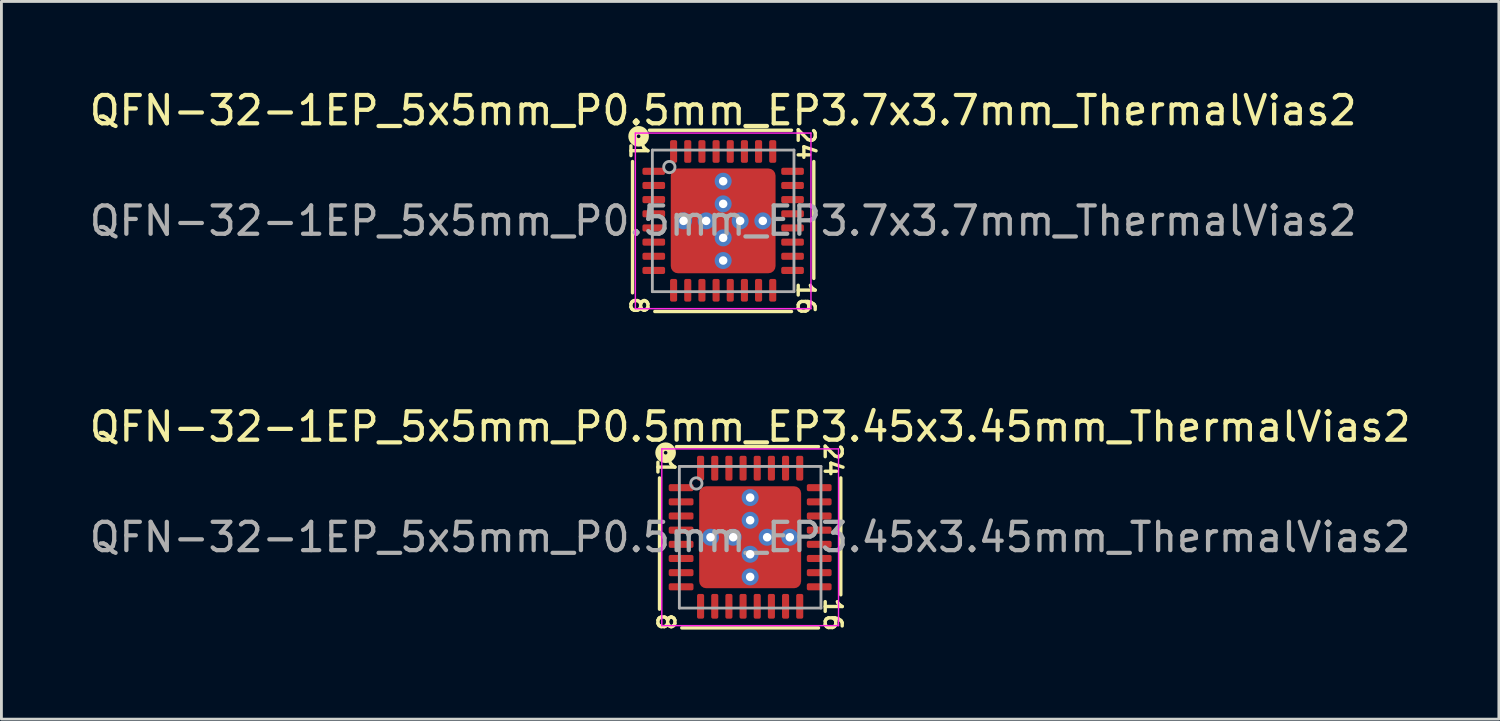
<source format=kicad_pcb>
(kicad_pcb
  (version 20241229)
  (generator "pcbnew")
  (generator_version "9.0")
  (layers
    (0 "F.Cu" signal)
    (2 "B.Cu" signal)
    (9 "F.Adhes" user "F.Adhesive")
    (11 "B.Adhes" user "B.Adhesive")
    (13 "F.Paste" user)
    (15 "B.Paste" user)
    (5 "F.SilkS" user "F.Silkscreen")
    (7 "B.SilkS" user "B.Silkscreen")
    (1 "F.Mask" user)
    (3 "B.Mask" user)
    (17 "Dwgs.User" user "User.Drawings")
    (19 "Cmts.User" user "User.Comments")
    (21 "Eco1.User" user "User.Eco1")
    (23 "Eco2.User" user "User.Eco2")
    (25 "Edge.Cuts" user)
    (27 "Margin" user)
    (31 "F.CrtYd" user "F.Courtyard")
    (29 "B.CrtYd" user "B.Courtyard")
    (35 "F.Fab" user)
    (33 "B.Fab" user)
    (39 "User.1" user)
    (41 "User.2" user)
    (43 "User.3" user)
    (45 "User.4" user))
  (footprint "QFN-32-1EP_5x5mm_P0.5mm_EP3.45x3.45mm_ThermalVias2"
    (layer "F.Cu")
    (at 23.435 15.918)
    (property "Reference" "QFN-32-1EP_5x5mm_P0.5mm_EP3.45x3.45mm_ThermalVias2" (at 0 -3.9 0) (layer "F.SilkS") (effects (font (size 1 1) (thickness 0.15))))
    (attr smd)
    (fp_line (start -3.2 -2.095) (end -3.2 2.54) (stroke (width 0.12) (type solid)) (layer "F.SilkS"))
    (fp_line (start -2.413 3.2) (end 2.413 3.2) (stroke (width 0.12) (type solid)) (layer "F.SilkS"))
    (fp_line (start 2.413 -3.2) (end -2.603 -3.2) (stroke (width 0.12) (type solid)) (layer "F.SilkS"))
    (fp_line (start 3.2 2.032) (end 3.2 -2.095) (stroke (width 0.12) (type solid)) (layer "F.SilkS"))
    (fp_circle (center -2.985 -2.985) (end -2.921 -2.985) (stroke (width 0.3) (type solid)) (fill no) (layer "F.SilkS"))
    (fp_line (start -3.12 -3.12) (end -3.12 3.12) (stroke (width 0.05) (type solid)) (layer "F.CrtYd"))
    (fp_line (start -3.12 3.12) (end 3.12 3.12) (stroke (width 0.05) (type solid)) (layer "F.CrtYd"))
    (fp_line (start 3.12 -3.12) (end -3.12 -3.12) (stroke (width 0.05) (type solid)) (layer "F.CrtYd"))
    (fp_line (start 3.12 3.12) (end 3.12 -3.12) (stroke (width 0.05) (type solid)) (layer "F.CrtYd"))
    (fp_line (start -2.5 -2.5) (end 2.5 -2.5) (stroke (width 0.1) (type solid)) (layer "F.Fab"))
    (fp_line (start -2.5 2.5) (end -2.5 -2.5) (stroke (width 0.1) (type solid)) (layer "F.Fab"))
    (fp_line (start 2.5 -2.5) (end 2.5 2.5) (stroke (width 0.1) (type solid)) (layer "F.Fab"))
    (fp_line (start 2.5 2.5) (end -2.5 2.5) (stroke (width 0.1) (type solid)) (layer "F.Fab"))
    (fp_circle (center -1.9 -1.9) (end -1.7 -1.9) (stroke (width 0.1) (type solid)) (fill no) (layer "F.Fab"))
    (fp_text user "24" (at 2.921 -2.731 270) (unlocked yes) (layer "F.SilkS") (effects (font (size 0.6 0.6) (thickness 0.12))))
    (fp_text user "16" (at 2.921 2.731 270) (unlocked yes) (layer "F.SilkS") (effects (font (size 0.6 0.6) (thickness 0.12))))
    (fp_text user "1" (at -2.985 -2.477 270) (unlocked yes) (layer "F.SilkS") (effects (font (size 0.6 0.6) (thickness 0.12))))
    (fp_text user "8" (at -2.985 2.985 270) (unlocked yes) (layer "F.SilkS") (effects (font (size 0.6 0.6) (thickness 0.12))))
    (fp_text user "${REFERENCE}" (at 0 0 0) (layer "F.Fab") (effects (font (size 1 1) (thickness 0.15))))
    (pad "" smd roundrect (at -1.35 -1.35) (size 0.5 0.5) (layers "F.Paste") (roundrect_rratio 0.25))
    (pad "" smd roundrect (at -1.35 -0.65) (size 0.5 0.5) (layers "F.Paste") (roundrect_rratio 0.25))
    (pad "" smd roundrect (at -1.35 0.65) (size 0.5 0.5) (layers "F.Paste") (roundrect_rratio 0.25))
    (pad "" smd roundrect (at -1.35 1.35) (size 0.5 0.5) (layers "F.Paste") (roundrect_rratio 0.25))
    (pad "" smd roundrect (at -1 -1) (size 1.4 1.4) (layers "F.Mask") (roundrect_rratio 0.179))
    (pad "" smd roundrect (at -1 1) (size 1.4 1.4) (layers "F.Mask") (roundrect_rratio 0.179))
    (pad "" smd roundrect (at -0.65 -1.35) (size 0.5 0.5) (layers "F.Paste") (roundrect_rratio 0.25))
    (pad "" smd roundrect (at -0.65 -0.65) (size 0.5 0.5) (layers "F.Paste") (roundrect_rratio 0.25))
    (pad "" smd roundrect (at -0.65 0.65) (size 0.5 0.5) (layers "F.Paste") (roundrect_rratio 0.25))
    (pad "" smd roundrect (at -0.65 1.35) (size 0.5 0.5) (layers "F.Paste") (roundrect_rratio 0.25))
    (pad "" smd roundrect (at 0.65 -1.35) (size 0.5 0.5) (layers "F.Paste") (roundrect_rratio 0.25))
    (pad "" smd roundrect (at 0.65 -0.65) (size 0.5 0.5) (layers "F.Paste") (roundrect_rratio 0.25))
    (pad "" smd roundrect (at 0.65 0.65) (size 0.5 0.5) (layers "F.Paste") (roundrect_rratio 0.25))
    (pad "" smd roundrect (at 0.65 1.35) (size 0.5 0.5) (layers "F.Paste") (roundrect_rratio 0.25))
    (pad "" smd roundrect (at 1 -1) (size 1.4 1.4) (layers "F.Mask") (roundrect_rratio 0.179))
    (pad "" smd roundrect (at 1 1) (size 1.4 1.4) (layers "F.Mask") (roundrect_rratio 0.179))
    (pad "" smd roundrect (at 1.35 -1.35) (size 0.5 0.5) (layers "F.Paste") (roundrect_rratio 0.25))
    (pad "" smd roundrect (at 1.35 -0.65) (size 0.5 0.5) (layers "F.Paste") (roundrect_rratio 0.25))
    (pad "" smd roundrect (at 1.35 0.65) (size 0.5 0.5) (layers "F.Paste") (roundrect_rratio 0.25))
    (pad "" smd roundrect (at 1.35 1.35) (size 0.5 0.5) (layers "F.Paste") (roundrect_rratio 0.25))
    (pad "1" smd roundrect (at -2.438 -1.75) (size 0.875 0.25) (layers "F.Cu" "F.Mask" "F.Paste") (roundrect_rratio 0.25))
    (pad "2" smd roundrect (at -2.438 -1.25) (size 0.875 0.25) (layers "F.Cu" "F.Mask" "F.Paste") (roundrect_rratio 0.25))
    (pad "3" smd roundrect (at -2.438 -0.75) (size 0.875 0.25) (layers "F.Cu" "F.Mask" "F.Paste") (roundrect_rratio 0.25))
    (pad "4" smd roundrect (at -2.438 -0.25) (size 0.875 0.25) (layers "F.Cu" "F.Mask" "F.Paste") (roundrect_rratio 0.25))
    (pad "5" smd roundrect (at -2.438 0.25) (size 0.875 0.25) (layers "F.Cu" "F.Mask" "F.Paste") (roundrect_rratio 0.25))
    (pad "6" smd roundrect (at -2.438 0.75) (size 0.875 0.25) (layers "F.Cu" "F.Mask" "F.Paste") (roundrect_rratio 0.25))
    (pad "7" smd roundrect (at -2.438 1.25) (size 0.875 0.25) (layers "F.Cu" "F.Mask" "F.Paste") (roundrect_rratio 0.25))
    (pad "8" smd roundrect (at -2.438 1.75) (size 0.875 0.25) (layers "F.Cu" "F.Mask" "F.Paste") (roundrect_rratio 0.25))
    (pad "9" smd roundrect (at -1.75 2.438) (size 0.25 0.875) (layers "F.Cu" "F.Mask" "F.Paste") (roundrect_rratio 0.25))
    (pad "10" smd roundrect (at -1.25 2.438) (size 0.25 0.875) (layers "F.Cu" "F.Mask" "F.Paste") (roundrect_rratio 0.25))
    (pad "11" smd roundrect (at -0.75 2.438) (size 0.25 0.875) (layers "F.Cu" "F.Mask" "F.Paste") (roundrect_rratio 0.25))
    (pad "12" smd roundrect (at -0.25 2.438) (size 0.25 0.875) (layers "F.Cu" "F.Mask" "F.Paste") (roundrect_rratio 0.25))
    (pad "13" smd roundrect (at 0.25 2.438) (size 0.25 0.875) (layers "F.Cu" "F.Mask" "F.Paste") (roundrect_rratio 0.25))
    (pad "14" smd roundrect (at 0.75 2.438) (size 0.25 0.875) (layers "F.Cu" "F.Mask" "F.Paste") (roundrect_rratio 0.25))
    (pad "15" smd roundrect (at 1.25 2.438) (size 0.25 0.875) (layers "F.Cu" "F.Mask" "F.Paste") (roundrect_rratio 0.25))
    (pad "16" smd roundrect (at 1.75 2.438) (size 0.25 0.875) (layers "F.Cu" "F.Mask" "F.Paste") (roundrect_rratio 0.25))
    (pad "17" smd roundrect (at 2.438 1.75) (size 0.875 0.25) (layers "F.Cu" "F.Mask" "F.Paste") (roundrect_rratio 0.25))
    (pad "18" smd roundrect (at 2.438 1.25) (size 0.875 0.25) (layers "F.Cu" "F.Mask" "F.Paste") (roundrect_rratio 0.25))
    (pad "19" smd roundrect (at 2.438 0.75) (size 0.875 0.25) (layers "F.Cu" "F.Mask" "F.Paste") (roundrect_rratio 0.25))
    (pad "20" smd roundrect (at 2.438 0.25) (size 0.875 0.25) (layers "F.Cu" "F.Mask" "F.Paste") (roundrect_rratio 0.25))
    (pad "21" smd roundrect (at 2.438 -0.25) (size 0.875 0.25) (layers "F.Cu" "F.Mask" "F.Paste") (roundrect_rratio 0.25))
    (pad "22" smd roundrect (at 2.438 -0.75) (size 0.875 0.25) (layers "F.Cu" "F.Mask" "F.Paste") (roundrect_rratio 0.25))
    (pad "23" smd roundrect (at 2.438 -1.25) (size 0.875 0.25) (layers "F.Cu" "F.Mask" "F.Paste") (roundrect_rratio 0.25))
    (pad "24" smd roundrect (at 2.438 -1.75) (size 0.875 0.25) (layers "F.Cu" "F.Mask" "F.Paste") (roundrect_rratio 0.25))
    (pad "25" smd roundrect (at 1.75 -2.438) (size 0.25 0.875) (layers "F.Cu" "F.Mask" "F.Paste") (roundrect_rratio 0.25))
    (pad "26" smd roundrect (at 1.25 -2.438) (size 0.25 0.875) (layers "F.Cu" "F.Mask" "F.Paste") (roundrect_rratio 0.25))
    (pad "27" smd roundrect (at 0.75 -2.438) (size 0.25 0.875) (layers "F.Cu" "F.Mask" "F.Paste") (roundrect_rratio 0.25))
    (pad "28" smd roundrect (at 0.25 -2.438) (size 0.25 0.875) (layers "F.Cu" "F.Mask" "F.Paste") (roundrect_rratio 0.25))
    (pad "29" smd roundrect (at -0.25 -2.438) (size 0.25 0.875) (layers "F.Cu" "F.Mask" "F.Paste") (roundrect_rratio 0.25))
    (pad "30" smd roundrect (at -0.75 -2.438) (size 0.25 0.875) (layers "F.Cu" "F.Mask" "F.Paste") (roundrect_rratio 0.25))
    (pad "31" smd roundrect (at -1.25 -2.438) (size 0.25 0.875) (layers "F.Cu" "F.Mask" "F.Paste") (roundrect_rratio 0.25))
    (pad "32" smd roundrect (at -1.75 -2.438) (size 0.25 0.875) (layers "F.Cu" "F.Mask" "F.Paste") (roundrect_rratio 0.25))
    (pad "33" thru_hole circle (at -1.4 0) (size 0.6 0.6) (drill 0.3) (property pad_prop_heatsink) (layers "*.Cu" "*.Mask"))
    (pad "33" thru_hole circle (at -0.6 0) (size 0.6 0.6) (drill 0.3) (property pad_prop_heatsink) (layers "*.Cu" "*.Mask"))
    (pad "33" thru_hole circle (at 0 -1.4) (size 0.6 0.6) (drill 0.3) (property pad_prop_heatsink) (layers "*.Cu" "*.Mask"))
    (pad "33" thru_hole circle (at 0 -0.6) (size 0.6 0.6) (drill 0.3) (property pad_prop_heatsink) (layers "*.Cu" "*.Mask"))
    (pad "33" smd roundrect (at 0 0) (size 3.6 3.6) (layers "F.Cu") (roundrect_rratio 0.069))
    (pad "33" thru_hole circle (at 0 0.6) (size 0.6 0.6) (drill 0.3) (property pad_prop_heatsink) (layers "*.Cu" "*.Mask"))
    (pad "33" thru_hole circle (at 0 1.4) (size 0.6 0.6) (drill 0.3) (property pad_prop_heatsink) (layers "*.Cu" "*.Mask"))
    (pad "33" thru_hole circle (at 0.6 0) (size 0.6 0.6) (drill 0.3) (property pad_prop_heatsink) (layers "*.Cu" "*.Mask"))
    (pad "33" thru_hole circle (at 1.4 0) (size 0.6 0.6) (drill 0.3) (property pad_prop_heatsink) (layers "*.Cu" "*.Mask")))
  (footprint "QFN-32-1EP_5x5mm_P0.5mm_EP3.7x3.7mm_ThermalVias2"
    (layer "F.Cu")
    (at 22.482 4.748)
    (property "Reference" "QFN-32-1EP_5x5mm_P0.5mm_EP3.7x3.7mm_ThermalVias2" (at 0 -3.9 0) (layer "F.SilkS") (effects (font (size 1 1) (thickness 0.15))))
    (attr smd)
    (fp_line (start -3.2 -2.095) (end -3.2 2.54) (stroke (width 0.12) (type solid)) (layer "F.SilkS"))
    (fp_line (start -2.413 3.2) (end 2.413 3.2) (stroke (width 0.12) (type solid)) (layer "F.SilkS"))
    (fp_line (start 2.413 -3.2) (end -2.603 -3.2) (stroke (width 0.12) (type solid)) (layer "F.SilkS"))
    (fp_line (start 3.2 2.032) (end 3.2 -2.095) (stroke (width 0.12) (type solid)) (layer "F.SilkS"))
    (fp_circle (center -2.985 -2.985) (end -2.921 -2.985) (stroke (width 0.3) (type solid)) (fill no) (layer "F.SilkS"))
    (fp_line (start -3.1 -3.1) (end -3.1 3.1) (stroke (width 0.05) (type solid)) (layer "F.CrtYd"))
    (fp_line (start -3.1 3.1) (end 3.1 3.1) (stroke (width 0.05) (type solid)) (layer "F.CrtYd"))
    (fp_line (start 3.1 -3.1) (end -3.1 -3.1) (stroke (width 0.05) (type solid)) (layer "F.CrtYd"))
    (fp_line (start 3.1 3.1) (end 3.1 -3.1) (stroke (width 0.05) (type solid)) (layer "F.CrtYd"))
    (fp_line (start -2.5 -2.5) (end 2.5 -2.5) (stroke (width 0.1) (type solid)) (layer "F.Fab"))
    (fp_line (start -2.5 2.5) (end -2.5 -2.5) (stroke (width 0.1) (type solid)) (layer "F.Fab"))
    (fp_line (start 2.5 -2.5) (end 2.5 2.5) (stroke (width 0.1) (type solid)) (layer "F.Fab"))
    (fp_line (start 2.5 2.5) (end -2.5 2.5) (stroke (width 0.1) (type solid)) (layer "F.Fab"))
    (fp_circle (center -1.9 -1.9) (end -1.7 -1.9) (stroke (width 0.1) (type solid)) (fill no) (layer "F.Fab"))
    (fp_text user "16" (at 2.921 2.731 270) (unlocked yes) (layer "F.SilkS") (effects (font (size 0.6 0.6) (thickness 0.12))))
    (fp_text user "8" (at -2.985 2.985 270) (unlocked yes) (layer "F.SilkS") (effects (font (size 0.6 0.6) (thickness 0.12))))
    (fp_text user "24" (at 2.921 -2.731 270) (unlocked yes) (layer "F.SilkS") (effects (font (size 0.6 0.6) (thickness 0.12))))
    (fp_text user "1" (at -2.985 -2.477 270) (unlocked yes) (layer "F.SilkS") (effects (font (size 0.6 0.6) (thickness 0.12))))
    (fp_text user "${REFERENCE}" (at 0 0 0) (layer "F.Fab") (effects (font (size 1 1) (thickness 0.15))))
    (pad "" smd roundrect (at -1.387 -1.387) (size 0.525 0.525) (layers "F.Paste") (roundrect_rratio 0.25))
    (pad "" smd roundrect (at -1.387 -0.662) (size 0.525 0.525) (layers "F.Paste") (roundrect_rratio 0.25))
    (pad "" smd roundrect (at -1.387 0.663) (size 0.525 0.525) (layers "F.Paste") (roundrect_rratio 0.25))
    (pad "" smd roundrect (at -1.387 1.387) (size 0.525 0.525) (layers "F.Paste") (roundrect_rratio 0.25))
    (pad "" smd roundrect (at -1.025 -1.025) (size 1.45 1.45) (layers "F.Mask") (roundrect_rratio 0.172))
    (pad "" smd roundrect (at -1.025 1.025) (size 1.45 1.45) (layers "F.Mask") (roundrect_rratio 0.172))
    (pad "" smd roundrect (at -0.662 -1.387) (size 0.525 0.525) (layers "F.Paste") (roundrect_rratio 0.25))
    (pad "" smd roundrect (at -0.662 -0.662) (size 0.525 0.525) (layers "F.Paste") (roundrect_rratio 0.25))
    (pad "" smd roundrect (at -0.662 0.663) (size 0.525 0.525) (layers "F.Paste") (roundrect_rratio 0.25))
    (pad "" smd roundrect (at -0.662 1.387) (size 0.525 0.525) (layers "F.Paste") (roundrect_rratio 0.25))
    (pad "" smd roundrect (at 0.663 -1.387) (size 0.525 0.525) (layers "F.Paste") (roundrect_rratio 0.25))
    (pad "" smd roundrect (at 0.663 -0.662) (size 0.525 0.525) (layers "F.Paste") (roundrect_rratio 0.25))
    (pad "" smd roundrect (at 0.663 0.663) (size 0.525 0.525) (layers "F.Paste") (roundrect_rratio 0.25))
    (pad "" smd roundrect (at 0.663 1.387) (size 0.525 0.525) (layers "F.Paste") (roundrect_rratio 0.25))
    (pad "" smd roundrect (at 1.025 -1.025) (size 1.45 1.45) (layers "F.Mask") (roundrect_rratio 0.172))
    (pad "" smd roundrect (at 1.025 1.025) (size 1.45 1.45) (layers "F.Mask") (roundrect_rratio 0.172))
    (pad "" smd roundrect (at 1.387 -1.387) (size 0.525 0.525) (layers "F.Paste") (roundrect_rratio 0.25))
    (pad "" smd roundrect (at 1.387 -0.662) (size 0.525 0.525) (layers "F.Paste") (roundrect_rratio 0.25))
    (pad "" smd roundrect (at 1.387 0.663) (size 0.525 0.525) (layers "F.Paste") (roundrect_rratio 0.25))
    (pad "" smd roundrect (at 1.387 1.387) (size 0.525 0.525) (layers "F.Paste") (roundrect_rratio 0.25))
    (pad "1" smd roundrect (at -2.45 -1.75) (size 0.8 0.25) (layers "F.Cu" "F.Mask" "F.Paste") (roundrect_rratio 0.25))
    (pad "2" smd roundrect (at -2.45 -1.25) (size 0.8 0.25) (layers "F.Cu" "F.Mask" "F.Paste") (roundrect_rratio 0.25))
    (pad "3" smd roundrect (at -2.45 -0.75) (size 0.8 0.25) (layers "F.Cu" "F.Mask" "F.Paste") (roundrect_rratio 0.25))
    (pad "4" smd roundrect (at -2.45 -0.25) (size 0.8 0.25) (layers "F.Cu" "F.Mask" "F.Paste") (roundrect_rratio 0.25))
    (pad "5" smd roundrect (at -2.45 0.25) (size 0.8 0.25) (layers "F.Cu" "F.Mask" "F.Paste") (roundrect_rratio 0.25))
    (pad "6" smd roundrect (at -2.45 0.75) (size 0.8 0.25) (layers "F.Cu" "F.Mask" "F.Paste") (roundrect_rratio 0.25))
    (pad "7" smd roundrect (at -2.45 1.25) (size 0.8 0.25) (layers "F.Cu" "F.Mask" "F.Paste") (roundrect_rratio 0.25))
    (pad "8" smd roundrect (at -2.45 1.75) (size 0.8 0.25) (layers "F.Cu" "F.Mask" "F.Paste") (roundrect_rratio 0.25))
    (pad "9" smd roundrect (at -1.75 2.45) (size 0.25 0.8) (layers "F.Cu" "F.Mask" "F.Paste") (roundrect_rratio 0.25))
    (pad "10" smd roundrect (at -1.25 2.45) (size 0.25 0.8) (layers "F.Cu" "F.Mask" "F.Paste") (roundrect_rratio 0.25))
    (pad "11" smd roundrect (at -0.75 2.45) (size 0.25 0.8) (layers "F.Cu" "F.Mask" "F.Paste") (roundrect_rratio 0.25))
    (pad "12" smd roundrect (at -0.25 2.45) (size 0.25 0.8) (layers "F.Cu" "F.Mask" "F.Paste") (roundrect_rratio 0.25))
    (pad "13" smd roundrect (at 0.25 2.45) (size 0.25 0.8) (layers "F.Cu" "F.Mask" "F.Paste") (roundrect_rratio 0.25))
    (pad "14" smd roundrect (at 0.75 2.45) (size 0.25 0.8) (layers "F.Cu" "F.Mask" "F.Paste") (roundrect_rratio 0.25))
    (pad "15" smd roundrect (at 1.25 2.45) (size 0.25 0.8) (layers "F.Cu" "F.Mask" "F.Paste") (roundrect_rratio 0.25))
    (pad "16" smd roundrect (at 1.75 2.45) (size 0.25 0.8) (layers "F.Cu" "F.Mask" "F.Paste") (roundrect_rratio 0.25))
    (pad "17" smd roundrect (at 2.45 1.75) (size 0.8 0.25) (layers "F.Cu" "F.Mask" "F.Paste") (roundrect_rratio 0.25))
    (pad "18" smd roundrect (at 2.45 1.25) (size 0.8 0.25) (layers "F.Cu" "F.Mask" "F.Paste") (roundrect_rratio 0.25))
    (pad "19" smd roundrect (at 2.45 0.75) (size 0.8 0.25) (layers "F.Cu" "F.Mask" "F.Paste") (roundrect_rratio 0.25))
    (pad "20" smd roundrect (at 2.45 0.25) (size 0.8 0.25) (layers "F.Cu" "F.Mask" "F.Paste") (roundrect_rratio 0.25))
    (pad "21" smd roundrect (at 2.45 -0.25) (size 0.8 0.25) (layers "F.Cu" "F.Mask" "F.Paste") (roundrect_rratio 0.25))
    (pad "22" smd roundrect (at 2.45 -0.75) (size 0.8 0.25) (layers "F.Cu" "F.Mask" "F.Paste") (roundrect_rratio 0.25))
    (pad "23" smd roundrect (at 2.45 -1.25) (size 0.8 0.25) (layers "F.Cu" "F.Mask" "F.Paste") (roundrect_rratio 0.25))
    (pad "24" smd roundrect (at 2.45 -1.75) (size 0.8 0.25) (layers "F.Cu" "F.Mask" "F.Paste") (roundrect_rratio 0.25))
    (pad "25" smd roundrect (at 1.75 -2.45) (size 0.25 0.8) (layers "F.Cu" "F.Mask" "F.Paste") (roundrect_rratio 0.25))
    (pad "26" smd roundrect (at 1.25 -2.45) (size 0.25 0.8) (layers "F.Cu" "F.Mask" "F.Paste") (roundrect_rratio 0.25))
    (pad "27" smd roundrect (at 0.75 -2.45) (size 0.25 0.8) (layers "F.Cu" "F.Mask" "F.Paste") (roundrect_rratio 0.25))
    (pad "28" smd roundrect (at 0.25 -2.45) (size 0.25 0.8) (layers "F.Cu" "F.Mask" "F.Paste") (roundrect_rratio 0.25))
    (pad "29" smd roundrect (at -0.25 -2.45) (size 0.25 0.8) (layers "F.Cu" "F.Mask" "F.Paste") (roundrect_rratio 0.25))
    (pad "30" smd roundrect (at -0.75 -2.45) (size 0.25 0.8) (layers "F.Cu" "F.Mask" "F.Paste") (roundrect_rratio 0.25))
    (pad "31" smd roundrect (at -1.25 -2.45) (size 0.25 0.8) (layers "F.Cu" "F.Mask" "F.Paste") (roundrect_rratio 0.25))
    (pad "32" smd roundrect (at -1.75 -2.45) (size 0.25 0.8) (layers "F.Cu" "F.Mask" "F.Paste") (roundrect_rratio 0.25))
    (pad "33" thru_hole circle (at -1.4 0) (size 0.6 0.6) (drill 0.3) (property pad_prop_heatsink) (layers "*.Cu" "*.Mask"))
    (pad "33" thru_hole circle (at -0.6 0) (size 0.6 0.6) (drill 0.3) (property pad_prop_heatsink) (layers "*.Cu" "*.Mask"))
    (pad "33" thru_hole circle (at 0 -1.4) (size 0.6 0.6) (drill 0.3) (property pad_prop_heatsink) (layers "*.Cu" "*.Mask"))
    (pad "33" thru_hole circle (at 0 -0.6) (size 0.6 0.6) (drill 0.3) (property pad_prop_heatsink) (layers "*.Cu" "*.Mask"))
    (pad "33" smd roundrect (at 0 0) (size 3.7 3.7) (layers "F.Cu") (roundrect_rratio 0.069))
    (pad "33" thru_hole circle (at 0 0.6) (size 0.6 0.6) (drill 0.3) (property pad_prop_heatsink) (layers "*.Cu" "*.Mask"))
    (pad "33" thru_hole circle (at 0 1.4) (size 0.6 0.6) (drill 0.3) (property pad_prop_heatsink) (layers "*.Cu" "*.Mask"))
    (pad "33" thru_hole circle (at 0.6 0) (size 0.6 0.6) (drill 0.3) (property pad_prop_heatsink) (layers "*.Cu" "*.Mask"))
    (pad "33" thru_hole circle (at 1.4 0) (size 0.6 0.6) (drill 0.3) (property pad_prop_heatsink) (layers "*.Cu" "*.Mask")))
  (gr_rect
    (start -3 -3)
    (end 49.869 22.34)
    (stroke (width 0.1) (type default))
    (fill no)
    (layer "Edge.Cuts")))
</source>
